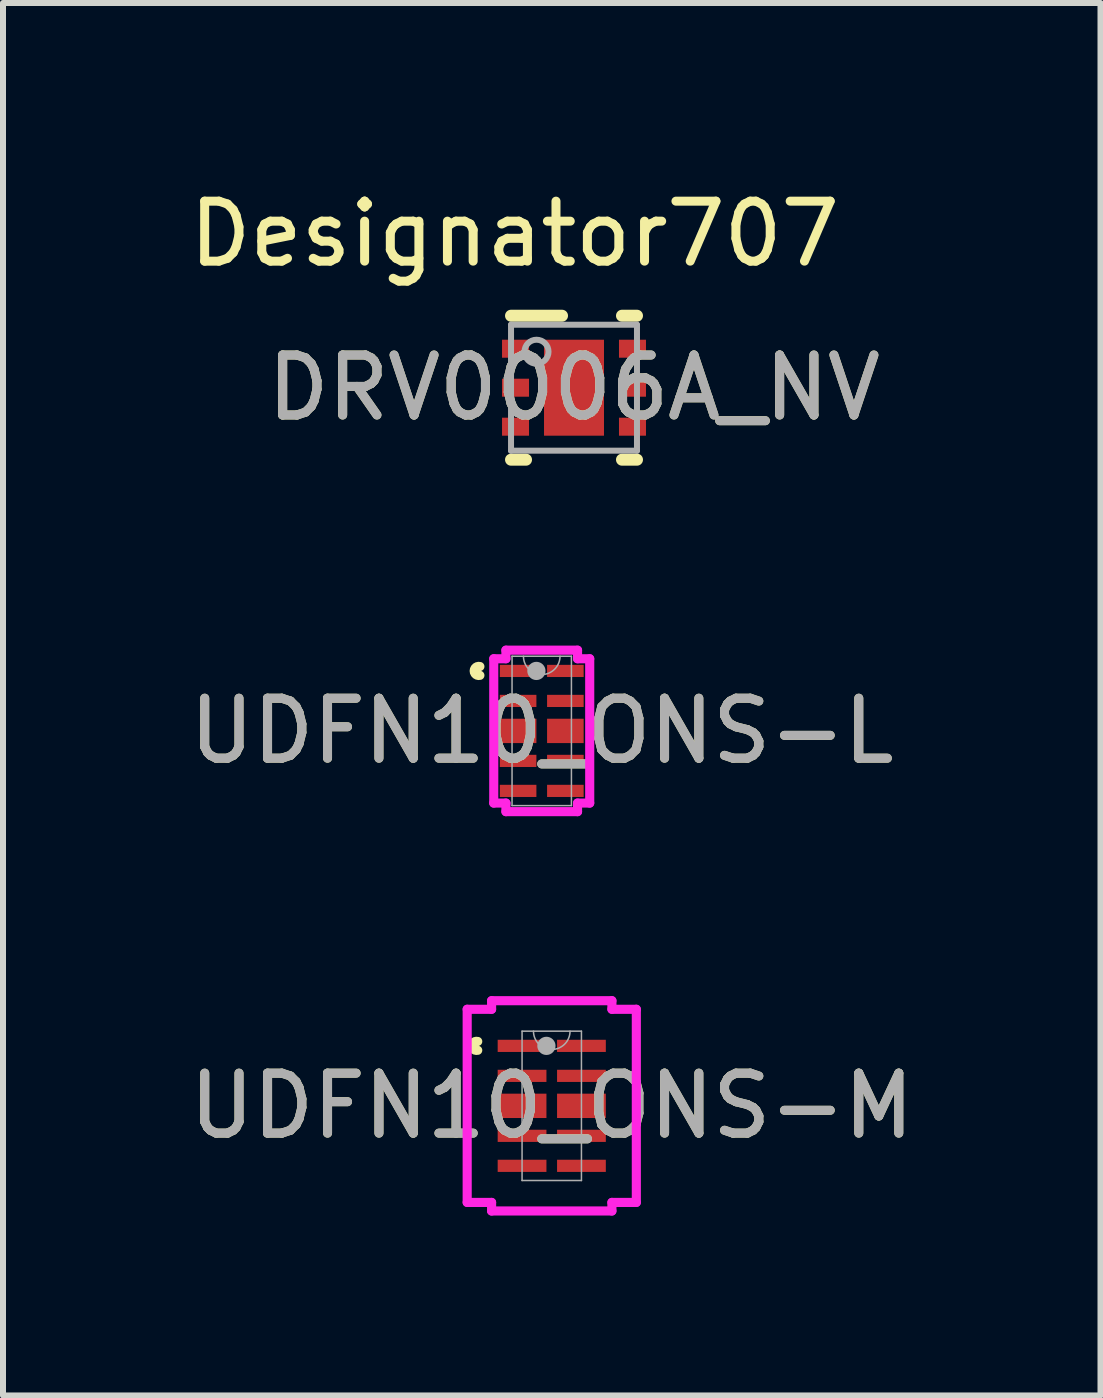
<source format=kicad_pcb>
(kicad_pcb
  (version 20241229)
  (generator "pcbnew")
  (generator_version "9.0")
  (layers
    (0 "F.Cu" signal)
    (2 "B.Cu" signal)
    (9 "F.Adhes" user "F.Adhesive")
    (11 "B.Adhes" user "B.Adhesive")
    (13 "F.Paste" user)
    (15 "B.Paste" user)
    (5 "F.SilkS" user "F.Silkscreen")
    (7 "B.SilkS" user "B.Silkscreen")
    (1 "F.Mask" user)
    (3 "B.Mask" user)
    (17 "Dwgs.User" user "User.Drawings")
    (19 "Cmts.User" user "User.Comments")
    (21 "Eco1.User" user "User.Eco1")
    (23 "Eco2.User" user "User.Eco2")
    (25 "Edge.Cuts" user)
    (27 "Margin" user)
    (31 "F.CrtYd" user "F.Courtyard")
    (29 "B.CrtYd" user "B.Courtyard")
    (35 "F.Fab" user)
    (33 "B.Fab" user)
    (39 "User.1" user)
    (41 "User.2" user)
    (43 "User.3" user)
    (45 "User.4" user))
  (footprint "DRV0006A_NV"
    (layer "F.Cu")
    (at 6.52 3.414)
    (property "Reference" "DRV0006A_NV" (at 0 0 0) (unlocked yes) (layer "F.SilkS") (effects (font (size 1 1) (thickness 0.15))))
    (attr smd)
    (fp_line (start -1.05 -1.2) (end -0.2 -1.2) (stroke (width 0.2) (type solid)) (layer "F.SilkS"))
    (fp_line (start -1.05 1.2) (end -0.8 1.2) (stroke (width 0.2) (type solid)) (layer "F.SilkS"))
    (fp_line (start 0.8 -1.2) (end 1.05 -1.2) (stroke (width 0.2) (type solid)) (layer "F.SilkS"))
    (fp_line (start 0.8 1.2) (end 1.05 1.2) (stroke (width 0.2) (type solid)) (layer "F.SilkS"))
    (fp_poly (pts (xy -0.5 -0.149) (xy -0.5 -0.751) (xy -0.499 -0.761) (xy -0.496 -0.77) (xy -0.492 -0.778) (xy -0.486 -0.786) (xy -0.478 -0.792) (xy -0.47 -0.796) (xy -0.461 -0.799) (xy -0.451 -0.8) (xy 0.451 -0.8) (xy 0.461 -0.799) (xy 0.47 -0.796) (xy 0.478 -0.792) (xy 0.486 -0.786) (xy 0.492 -0.778) (xy 0.496 -0.77) (xy 0.499 -0.761) (xy 0.5 -0.751) (xy 0.5 -0.149) (xy 0.499 -0.139) (xy 0.496 -0.13) (xy 0.492 -0.122) (xy 0.486 -0.114) (xy 0.478 -0.108) (xy 0.47 -0.104) (xy 0.461 -0.101) (xy 0.451 -0.1) (xy -0.451 -0.1) (xy -0.461 -0.101) (xy -0.47 -0.104) (xy -0.478 -0.108) (xy -0.486 -0.114) (xy -0.492 -0.122) (xy -0.496 -0.13) (xy -0.499 -0.139)) (stroke (width 0) (type solid)) (fill yes) (layer "F.Paste"))
    (fp_poly (pts (xy -0.5 0.751) (xy -0.5 0.149) (xy -0.499 0.139) (xy -0.496 0.13) (xy -0.492 0.122) (xy -0.486 0.114) (xy -0.478 0.108) (xy -0.47 0.104) (xy -0.461 0.101) (xy -0.451 0.1) (xy 0.451 0.1) (xy 0.461 0.101) (xy 0.47 0.104) (xy 0.478 0.108) (xy 0.486 0.114) (xy 0.492 0.122) (xy 0.496 0.13) (xy 0.499 0.139) (xy 0.5 0.149) (xy 0.5 0.751) (xy 0.499 0.761) (xy 0.496 0.77) (xy 0.492 0.778) (xy 0.486 0.786) (xy 0.478 0.792) (xy 0.47 0.796) (xy 0.461 0.799) (xy 0.451 0.8) (xy -0.451 0.8) (xy -0.461 0.799) (xy -0.47 0.796) (xy -0.478 0.792) (xy -0.486 0.786) (xy -0.492 0.778) (xy -0.496 0.77) (xy -0.499 0.761)) (stroke (width 0) (type solid)) (fill yes) (layer "F.Paste"))
    (fp_line (start -1.05 -1.05) (end 1.05 -1.05) (stroke (width 0.1) (type solid)) (layer "F.Fab"))
    (fp_line (start -1.05 1.05) (end -1.05 -1.05) (stroke (width 0.1) (type solid)) (layer "F.Fab"))
    (fp_line (start -1.05 1.05) (end 1.05 1.05) (stroke (width 0.1) (type solid)) (layer "F.Fab"))
    (fp_line (start 1.05 1.05) (end 1.05 -1.05) (stroke (width 0.1) (type solid)) (layer "F.Fab"))
    (fp_circle (center -0.625 -0.6) (end -0.425 -0.6) (stroke (width 0.1) (type solid)) (fill no) (layer "F.Fab"))
    (fp_text user "Designator707" (at -0.991 -2.565 0) (unlocked yes) (layer "F.SilkS") (effects (font (size 1 1) (thickness 0.15))))
    (fp_text user "${REFERENCE}" (at 0 0 0) (unlocked yes) (layer "F.Fab") (effects (font (size 1 1) (thickness 0.15))))
    (pad "1" smd rect (at -0.975 -0.65 90) (size 0.3 0.45) (layers "F.Cu" "F.Mask" "F.Paste"))
    (pad "2" smd rect (at -0.975 0 90) (size 0.3 0.45) (layers "F.Cu" "F.Mask" "F.Paste"))
    (pad "3" smd rect (at -0.975 0.65 90) (size 0.3 0.45) (layers "F.Cu" "F.Mask" "F.Paste"))
    (pad "4" smd rect (at 0.975 0.65 90) (size 0.3 0.45) (layers "F.Cu" "F.Mask" "F.Paste"))
    (pad "5" smd rect (at 0.975 0 90) (size 0.3 0.45) (layers "F.Cu" "F.Mask" "F.Paste"))
    (pad "6" smd rect (at 0.975 -0.65 90) (size 0.3 0.45) (layers "F.Cu" "F.Mask" "F.Paste"))
    (pad "7" smd rect (at 0 0) (size 1 1.6) (layers "F.Cu" "F.Mask" "F.Paste")))
  (footprint "UDFN10_ONS-L"
    (layer "F.Cu")
    (at 5.982 9.136)
    (property "Reference" "UDFN10_ONS-L" (at 0 0 0) (unlocked yes) (layer "F.SilkS") (effects (font (size 1 1) (thickness 0.15))))
    (attr smd)
    (fp_arc (start -1.03124 -0.926171) (mid -1.1263 -1) (end -1.03124 -1.073829) (stroke (width 0.1524) (type solid)) (layer "F.SilkS"))
    (fp_line (start -0.8 -1.203) (end -0.597 -1.203) (stroke (width 0.152) (type solid)) (layer "F.CrtYd"))
    (fp_line (start -0.8 1.203) (end -0.8 -1.203) (stroke (width 0.152) (type solid)) (layer "F.CrtYd"))
    (fp_line (start -0.8 1.203) (end -0.597 1.203) (stroke (width 0.152) (type solid)) (layer "F.CrtYd"))
    (fp_line (start -0.597 -1.346) (end 0.597 -1.346) (stroke (width 0.152) (type solid)) (layer "F.CrtYd"))
    (fp_line (start -0.597 -1.203) (end -0.597 -1.346) (stroke (width 0.152) (type solid)) (layer "F.CrtYd"))
    (fp_line (start -0.597 1.346) (end -0.597 1.203) (stroke (width 0.152) (type solid)) (layer "F.CrtYd"))
    (fp_line (start 0.597 -1.346) (end 0.597 -1.203) (stroke (width 0.152) (type solid)) (layer "F.CrtYd"))
    (fp_line (start 0.597 1.203) (end 0.597 1.346) (stroke (width 0.152) (type solid)) (layer "F.CrtYd"))
    (fp_line (start 0.597 1.346) (end -0.597 1.346) (stroke (width 0.152) (type solid)) (layer "F.CrtYd"))
    (fp_line (start 0.8 -1.203) (end 0.597 -1.203) (stroke (width 0.152) (type solid)) (layer "F.CrtYd"))
    (fp_line (start 0.8 -1.203) (end 0.8 1.203) (stroke (width 0.152) (type solid)) (layer "F.CrtYd"))
    (fp_line (start 0.8 1.203) (end 0.597 1.203) (stroke (width 0.152) (type solid)) (layer "F.CrtYd"))
    (fp_line (start -0.495 -1.245) (end -0.495 1.245) (stroke (width 0.025) (type solid)) (layer "F.Fab"))
    (fp_line (start -0.495 1.245) (end 0.495 1.245) (stroke (width 0.025) (type solid)) (layer "F.Fab"))
    (fp_line (start 0.495 -1.245) (end -0.495 -1.245) (stroke (width 0.025) (type solid)) (layer "F.Fab"))
    (fp_line (start 0.495 1.245) (end 0.495 -1.245) (stroke (width 0.025) (type solid)) (layer "F.Fab"))
    (fp_arc (start 0.3048 -1.2446) (mid 0 -0.9398) (end -0.3048 -1.2446) (stroke (width 0.0254) (type solid)) (layer "F.Fab"))
    (fp_circle (center -0.089 -1) (end -0.013 -1) (stroke (width 0.152) (type solid)) (fill no) (layer "F.Fab"))
    (fp_text user "${REFERENCE}" (at 0 0 0) (unlocked yes) (layer "F.Fab") (effects (font (size 1 1) (thickness 0.15))))
    (pad "1" smd rect (at -0.394 -1) (size 0.61 0.203) (layers "F.Cu" "F.Mask" "F.Paste"))
    (pad "2" smd rect (at -0.394 -0.5) (size 0.61 0.203) (layers "F.Cu" "F.Mask" "F.Paste"))
    (pad "3" smd rect (at -0.394 0) (size 0.61 0.406) (layers "F.Cu" "F.Mask" "F.Paste"))
    (pad "4" smd rect (at -0.394 0.5) (size 0.61 0.203) (layers "F.Cu" "F.Mask" "F.Paste"))
    (pad "5" smd rect (at -0.394 1) (size 0.61 0.203) (layers "F.Cu" "F.Mask" "F.Paste"))
    (pad "6" smd rect (at 0.394 1) (size 0.61 0.203) (layers "F.Cu" "F.Mask" "F.Paste"))
    (pad "7" smd rect (at 0.394 0.5) (size 0.61 0.203) (layers "F.Cu" "F.Mask" "F.Paste"))
    (pad "8" smd rect (at 0.394 0) (size 0.61 0.406) (layers "F.Cu" "F.Mask" "F.Paste"))
    (pad "9" smd rect (at 0.394 -0.5) (size 0.61 0.203) (layers "F.Cu" "F.Mask" "F.Paste"))
    (pad "10" smd rect (at 0.394 -1) (size 0.61 0.203) (layers "F.Cu" "F.Mask" "F.Paste")))
  (footprint "UDFN10_ONS-M"
    (layer "F.Cu")
    (at 6.149 15.387)
    (property "Reference" "UDFN10_ONS-M" (at 0 0 0) (unlocked yes) (layer "F.SilkS") (effects (font (size 1 1) (thickness 0.15))))
    (attr smd)
    (fp_arc (start -1.23444 -0.926171) (mid -1.3295 -1) (end -1.23444 -1.073829) (stroke (width 0.1524) (type solid)) (layer "F.SilkS"))
    (fp_line (start -1.41 -1.61) (end -1.003 -1.61) (stroke (width 0.152) (type solid)) (layer "F.CrtYd"))
    (fp_line (start -1.41 1.61) (end -1.41 -1.61) (stroke (width 0.152) (type solid)) (layer "F.CrtYd"))
    (fp_line (start -1.41 1.61) (end -1.003 1.61) (stroke (width 0.152) (type solid)) (layer "F.CrtYd"))
    (fp_line (start -1.003 -1.753) (end 1.003 -1.753) (stroke (width 0.152) (type solid)) (layer "F.CrtYd"))
    (fp_line (start -1.003 -1.61) (end -1.003 -1.753) (stroke (width 0.152) (type solid)) (layer "F.CrtYd"))
    (fp_line (start -1.003 1.753) (end -1.003 1.61) (stroke (width 0.152) (type solid)) (layer "F.CrtYd"))
    (fp_line (start 1.003 -1.753) (end 1.003 -1.61) (stroke (width 0.152) (type solid)) (layer "F.CrtYd"))
    (fp_line (start 1.003 1.61) (end 1.003 1.753) (stroke (width 0.152) (type solid)) (layer "F.CrtYd"))
    (fp_line (start 1.003 1.753) (end -1.003 1.753) (stroke (width 0.152) (type solid)) (layer "F.CrtYd"))
    (fp_line (start 1.41 -1.61) (end 1.003 -1.61) (stroke (width 0.152) (type solid)) (layer "F.CrtYd"))
    (fp_line (start 1.41 -1.61) (end 1.41 1.61) (stroke (width 0.152) (type solid)) (layer "F.CrtYd"))
    (fp_line (start 1.41 1.61) (end 1.003 1.61) (stroke (width 0.152) (type solid)) (layer "F.CrtYd"))
    (fp_line (start -0.495 -1.245) (end -0.495 1.245) (stroke (width 0.025) (type solid)) (layer "F.Fab"))
    (fp_line (start -0.495 1.245) (end 0.495 1.245) (stroke (width 0.025) (type solid)) (layer "F.Fab"))
    (fp_line (start 0.495 -1.245) (end -0.495 -1.245) (stroke (width 0.025) (type solid)) (layer "F.Fab"))
    (fp_line (start 0.495 1.245) (end 0.495 -1.245) (stroke (width 0.025) (type solid)) (layer "F.Fab"))
    (fp_arc (start 0.3048 -1.2446) (mid 0 -0.9398) (end -0.3048 -1.2446) (stroke (width 0.0254) (type solid)) (layer "F.Fab"))
    (fp_circle (center -0.089 -1) (end -0.013 -1) (stroke (width 0.152) (type solid)) (fill no) (layer "F.Fab"))
    (fp_text user "${REFERENCE}" (at 0 0 0) (unlocked yes) (layer "F.Fab") (effects (font (size 1 1) (thickness 0.15))))
    (pad "1" smd rect (at -0.495 -1) (size 0.813 0.203) (layers "F.Cu" "F.Mask" "F.Paste"))
    (pad "2" smd rect (at -0.495 -0.5) (size 0.813 0.203) (layers "F.Cu" "F.Mask" "F.Paste"))
    (pad "3" smd rect (at -0.495 0) (size 0.813 0.406) (layers "F.Cu" "F.Mask" "F.Paste"))
    (pad "4" smd rect (at -0.495 0.5) (size 0.813 0.203) (layers "F.Cu" "F.Mask" "F.Paste"))
    (pad "5" smd rect (at -0.495 1) (size 0.813 0.203) (layers "F.Cu" "F.Mask" "F.Paste"))
    (pad "6" smd rect (at 0.495 1) (size 0.813 0.203) (layers "F.Cu" "F.Mask" "F.Paste"))
    (pad "7" smd rect (at 0.495 0.5) (size 0.813 0.203) (layers "F.Cu" "F.Mask" "F.Paste"))
    (pad "8" smd rect (at 0.495 0) (size 0.813 0.406) (layers "F.Cu" "F.Mask" "F.Paste"))
    (pad "9" smd rect (at 0.495 -0.5) (size 0.813 0.203) (layers "F.Cu" "F.Mask" "F.Paste"))
    (pad "10" smd rect (at 0.495 -1) (size 0.813 0.203) (layers "F.Cu" "F.Mask" "F.Paste")))
  (gr_rect
    (start -3 -3)
    (end 15.298 20.216)
    (stroke (width 0.1) (type default))
    (fill no)
    (layer "Edge.Cuts")))
</source>
